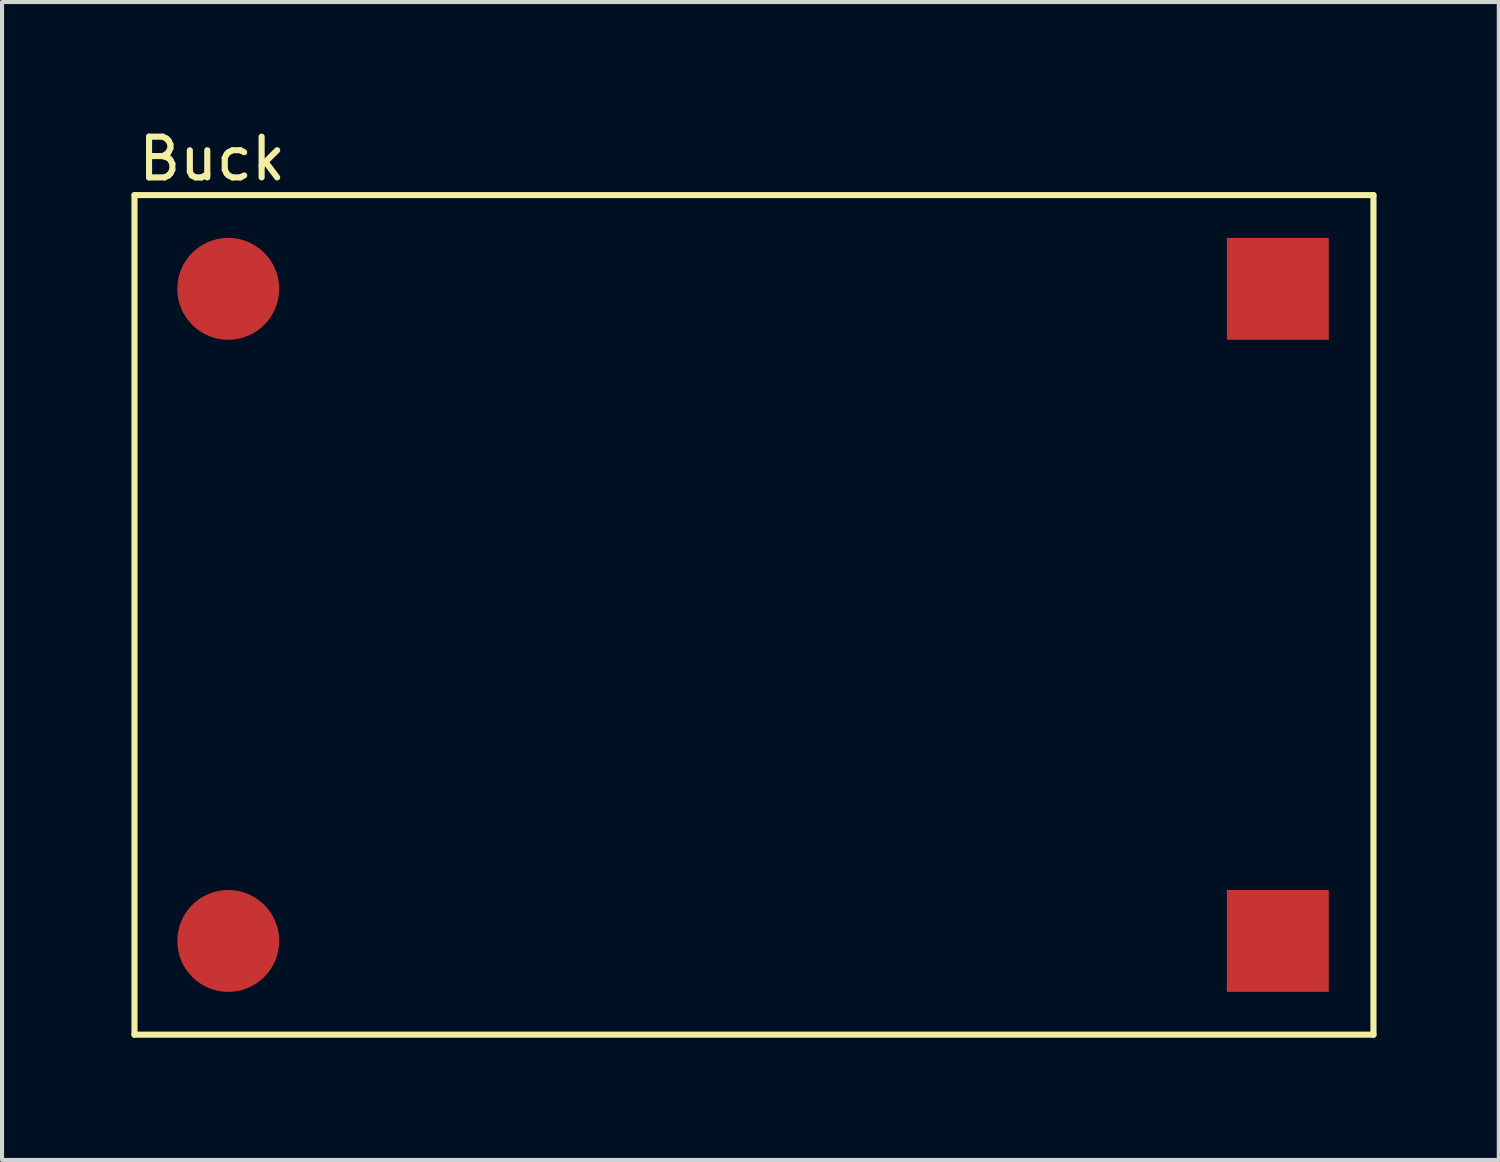
<source format=kicad_pcb>
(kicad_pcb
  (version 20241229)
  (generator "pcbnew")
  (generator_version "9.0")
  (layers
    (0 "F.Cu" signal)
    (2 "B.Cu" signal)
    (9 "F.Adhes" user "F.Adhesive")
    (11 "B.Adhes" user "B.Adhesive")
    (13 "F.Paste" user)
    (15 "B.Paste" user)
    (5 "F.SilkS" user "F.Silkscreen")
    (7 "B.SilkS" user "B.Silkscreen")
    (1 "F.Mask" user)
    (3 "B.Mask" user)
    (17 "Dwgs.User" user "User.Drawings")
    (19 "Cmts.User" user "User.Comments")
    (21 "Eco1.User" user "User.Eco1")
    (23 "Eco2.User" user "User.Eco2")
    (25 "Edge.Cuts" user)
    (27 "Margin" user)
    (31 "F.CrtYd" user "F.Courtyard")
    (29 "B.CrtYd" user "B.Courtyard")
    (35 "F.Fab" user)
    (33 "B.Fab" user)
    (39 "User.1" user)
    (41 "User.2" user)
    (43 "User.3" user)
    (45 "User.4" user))
  (footprint "Buck"
    (layer "F.Cu")
    (at 0.25 1.737)
    (property "Reference" "Buck" (at 1.905 -0.889 0) (layer "F.SilkS") (effects (font (size 1 1) (thickness 0.15))))
    (attr through_hole)
    (fp_line (start 0 0) (end 0 20.6) (stroke (width 0.15) (type solid)) (layer "F.SilkS"))
    (fp_line (start 0 0) (end 30.4 0) (stroke (width 0.15) (type solid)) (layer "F.SilkS"))
    (fp_line (start 0 20.6) (end 30.4 20.6) (stroke (width 0.15) (type solid)) (layer "F.SilkS"))
    (fp_line (start 30.4 0) (end 30.4 20.6) (stroke (width 0.15) (type solid)) (layer "F.SilkS"))
    (pad "1" smd circle (at 2.3 2.3) (size 2.5 2.5) (layers "F.Cu" "F.Mask" "F.Paste"))
    (pad "2" smd circle (at 2.3 18.3) (size 2.5 2.5) (layers "F.Cu" "F.Mask" "F.Paste"))
    (pad "3" smd rect (at 28.053 2.3) (size 2.5 2.5) (layers "F.Cu" "F.Mask" "F.Paste"))
    (pad "4" smd rect (at 28.053 18.3) (size 2.5 2.5) (layers "F.Cu" "F.Mask" "F.Paste")))
  (gr_rect
    (start -3 -3)
    (end 33.725 25.412)
    (stroke (width 0.1) (type default))
    (fill no)
    (layer "Edge.Cuts")))
</source>
